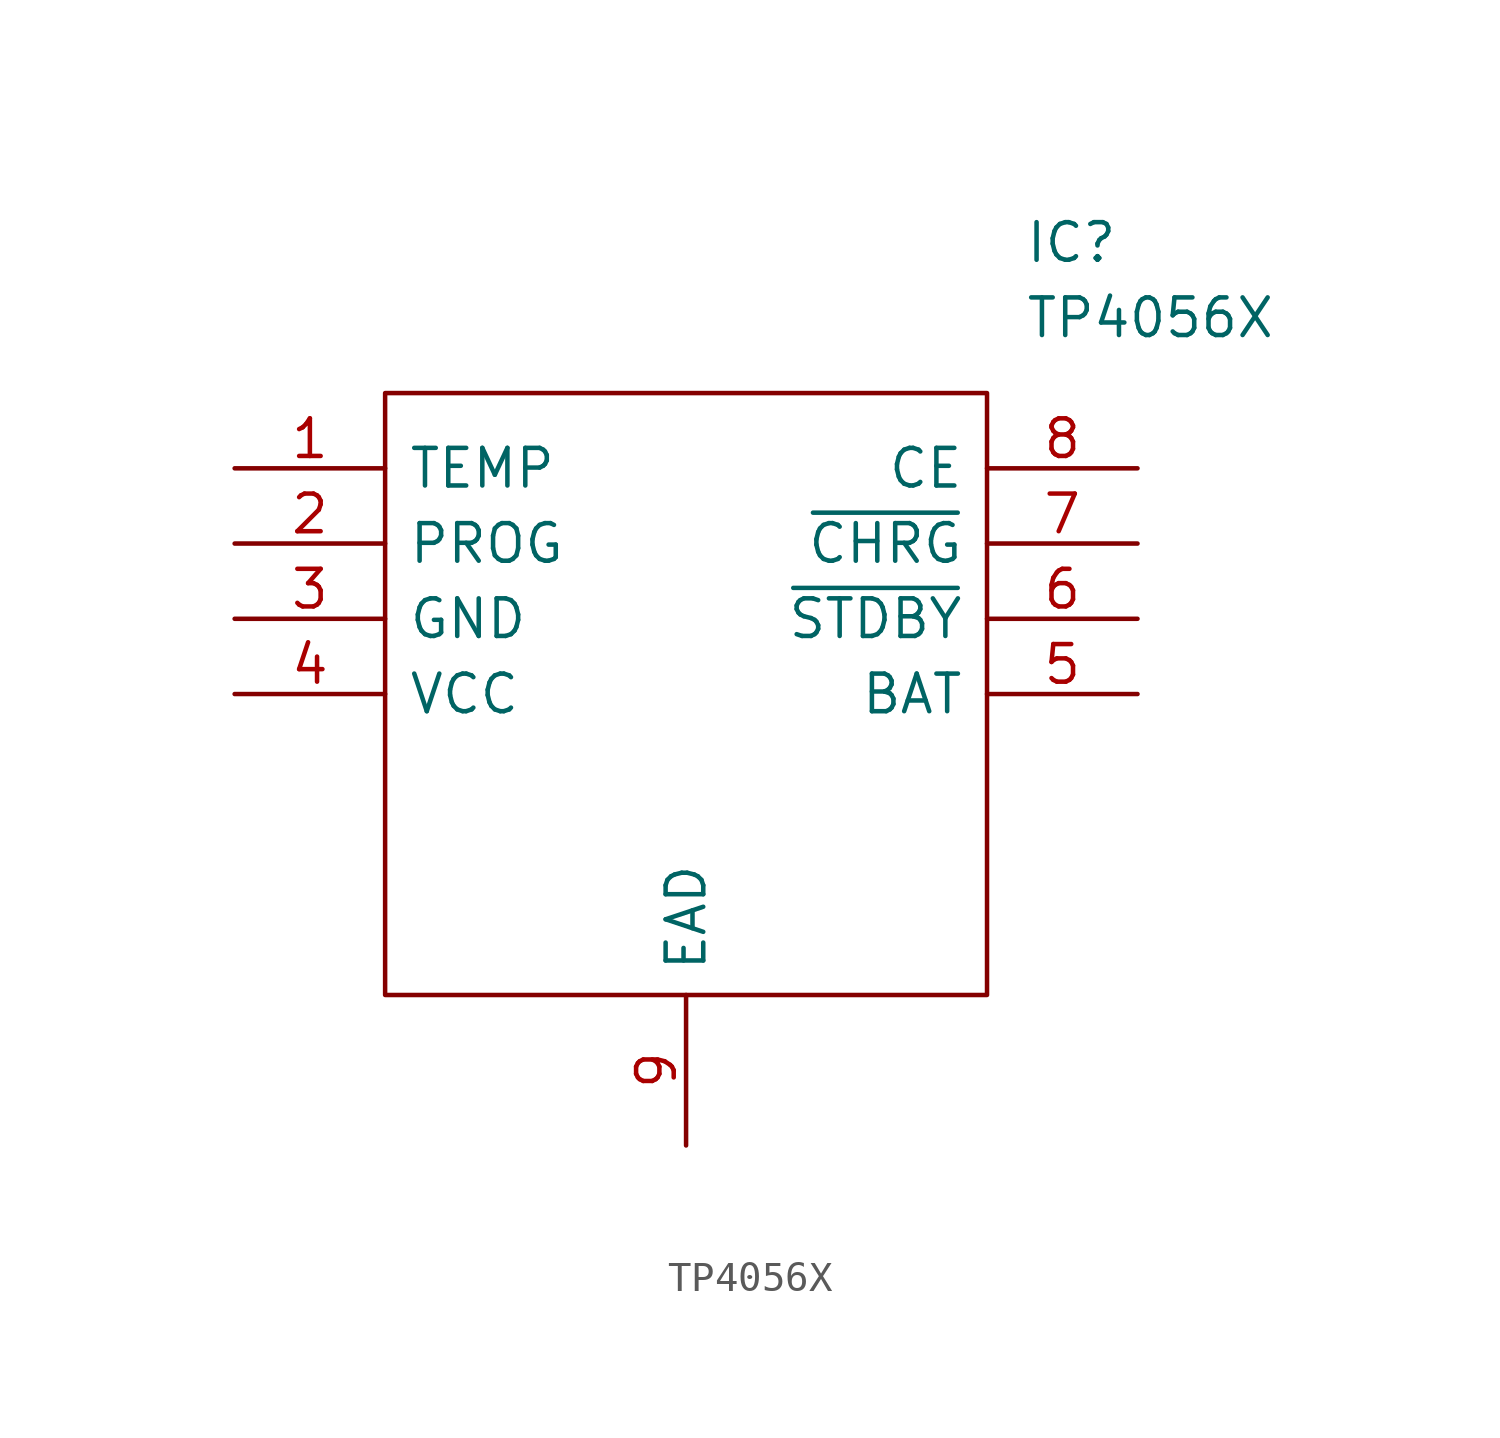
<source format=kicad_sym>
(kicad_symbol_lib
  (version 20211014)
  (generator kicad_symbol_editor)
  (symbol "TP4056X"
    (pin_names
      (offset 0.762))
    (property "Reference" "IC"
      (at 26.67 7.62 0)
      (effects (font (size 1.27 1.27)) (justify left)))
    (property "Value" "TP4056X"
      (at 26.67 5.08 0)
      (effects (font (size 1.27 1.27)) (justify left)))
    (symbol "TP4056X_0_0"
      (pin unspecified line (at 0 0 0) (length 5.08) (name "TEMP" (effects (font (size 1.27 1.27)))) (number "1" (effects (font (size 1.27 1.27)))))
      (pin unspecified line (at 0 -2.54 0) (length 5.08) (name "PROG" (effects (font (size 1.27 1.27)))) (number "2" (effects (font (size 1.27 1.27)))))
      (pin unspecified line (at 0 -5.08 0) (length 5.08) (name "GND" (effects (font (size 1.27 1.27)))) (number "3" (effects (font (size 1.27 1.27)))))
      (pin unspecified line (at 0 -7.62 0) (length 5.08) (name "VCC" (effects (font (size 1.27 1.27)))) (number "4" (effects (font (size 1.27 1.27)))))
      (pin unspecified line (at 30.48 -7.62 180) (length 5.08) (name "BAT" (effects (font (size 1.27 1.27)))) (number "5" (effects (font (size 1.27 1.27)))))
      (pin unspecified line (at 30.48 -5.08 180) (length 5.08) (name "~{STDBY}" (effects (font (size 1.27 1.27)))) (number "6" (effects (font (size 1.27 1.27)))))
      (pin unspecified line (at 30.48 -2.54 180) (length 5.08) (name "~{CHRG}" (effects (font (size 1.27 1.27)))) (number "7" (effects (font (size 1.27 1.27)))))
      (pin unspecified line (at 30.48 0 180) (length 5.08) (name "CE" (effects (font (size 1.27 1.27)))) (number "8" (effects (font (size 1.27 1.27)))))
      (pin unspecified line (at 15.24 -22.86 90) (length 5.08) (name "EAD" (effects (font (size 1.27 1.27)))) (number "9" (effects (font (size 1.27 1.27))))))
    (symbol "TP4056X_0_1"
      (polyline (pts (xy 5.08 2.54) (xy 25.4 2.54) (xy 25.4 -17.78) (xy 5.08 -17.78) (xy 5.08 2.54)) (stroke (width 0.152) (type default) (color 0 0 0 0)) (fill (type none))))))
</source>
